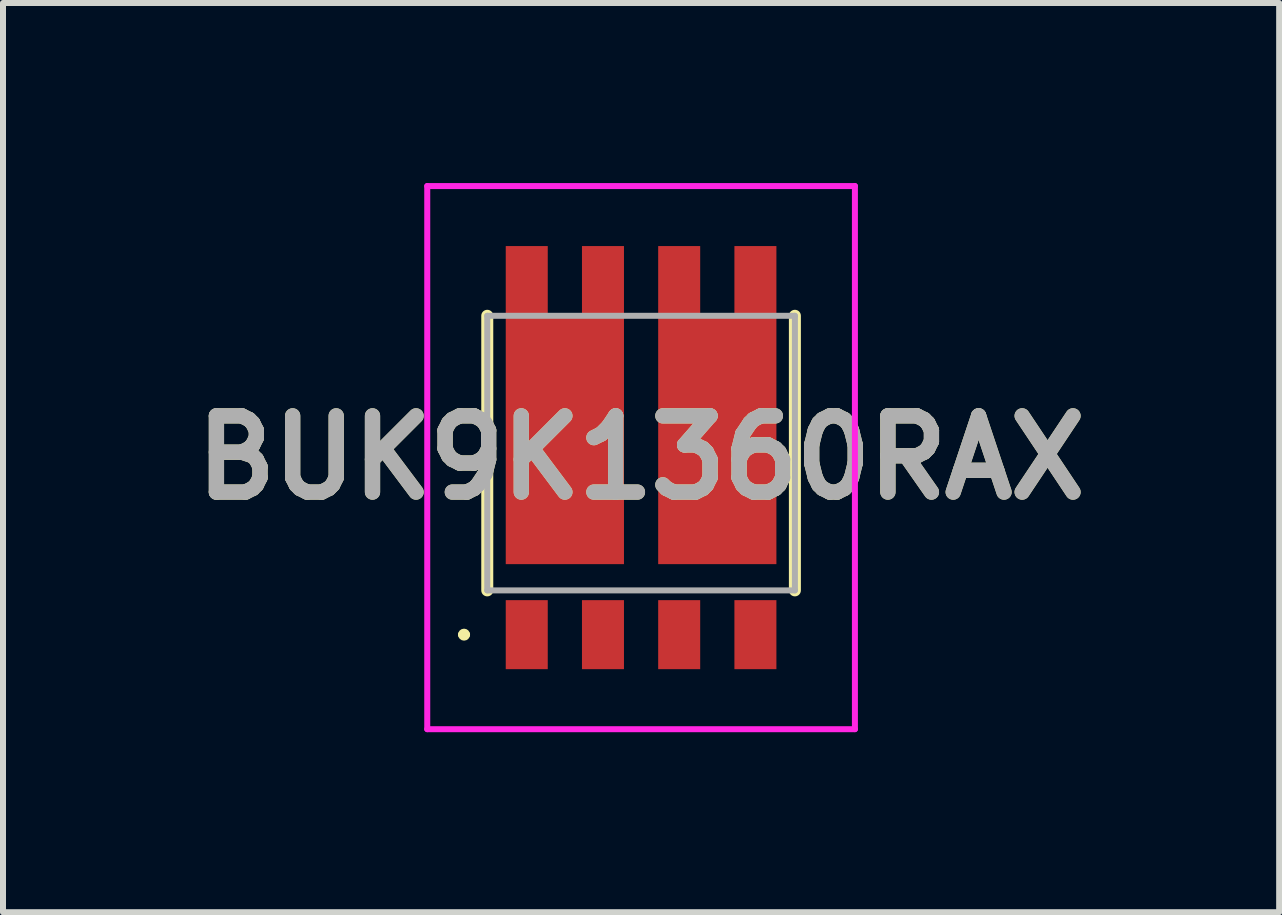
<source format=kicad_pcb>
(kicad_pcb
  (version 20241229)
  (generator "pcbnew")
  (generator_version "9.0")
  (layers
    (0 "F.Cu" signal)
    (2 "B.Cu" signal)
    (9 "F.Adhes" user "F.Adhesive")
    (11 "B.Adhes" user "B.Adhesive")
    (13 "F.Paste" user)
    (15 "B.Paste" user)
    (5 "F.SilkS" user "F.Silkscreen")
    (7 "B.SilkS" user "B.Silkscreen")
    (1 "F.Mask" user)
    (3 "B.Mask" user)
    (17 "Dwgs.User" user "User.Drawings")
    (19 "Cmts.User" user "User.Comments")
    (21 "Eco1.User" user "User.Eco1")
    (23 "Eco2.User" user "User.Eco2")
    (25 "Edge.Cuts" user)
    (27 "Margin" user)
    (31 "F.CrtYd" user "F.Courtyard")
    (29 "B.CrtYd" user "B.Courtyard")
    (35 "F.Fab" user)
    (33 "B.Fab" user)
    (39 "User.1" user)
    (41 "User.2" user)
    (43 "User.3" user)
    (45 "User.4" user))
  (footprint "BUK9K1360RAX"
    (layer "F.Cu")
    (at 7.632 4.499)
    (property "Reference" "BUK9K1360RAX" (at 0 0.076 0) (layer "F.SilkS") (effects (font (size 1.27 1.27) (thickness 0.254))))
    (attr smd)
    (fp_line (start -3 3.026) (end -3 3.026) (stroke (width 0.1) (type solid)) (layer "F.SilkS"))
    (fp_line (start -2.9 3.026) (end -2.9 3.026) (stroke (width 0.1) (type solid)) (layer "F.SilkS"))
    (fp_line (start -2.563 -2.287) (end -2.563 2.288) (stroke (width 0.2) (type solid)) (layer "F.SilkS"))
    (fp_line (start 2.563 2.288) (end 2.563 -2.287) (stroke (width 0.2) (type solid)) (layer "F.SilkS"))
    (fp_arc (start -3 3.026) (mid -2.95 2.976) (end -2.9 3.026) (stroke (width 0.1) (type solid)) (layer "F.SilkS"))
    (fp_arc (start -2.9 3.026) (mid -2.95 3.076) (end -3 3.026) (stroke (width 0.1) (type solid)) (layer "F.SilkS"))
    (fp_line (start -3.563 -4.449) (end 3.563 -4.449) (stroke (width 0.1) (type solid)) (layer "F.CrtYd"))
    (fp_line (start -3.563 4.601) (end -3.563 -4.449) (stroke (width 0.1) (type solid)) (layer "F.CrtYd"))
    (fp_line (start 3.563 -4.449) (end 3.563 4.601) (stroke (width 0.1) (type solid)) (layer "F.CrtYd"))
    (fp_line (start 3.563 4.601) (end -3.563 4.601) (stroke (width 0.1) (type solid)) (layer "F.CrtYd"))
    (fp_line (start -2.563 -2.287) (end -2.563 2.288) (stroke (width 0.1) (type solid)) (layer "F.Fab"))
    (fp_line (start -2.563 2.288) (end 2.563 2.288) (stroke (width 0.1) (type solid)) (layer "F.Fab"))
    (fp_line (start 2.563 -2.287) (end -2.563 -2.287) (stroke (width 0.1) (type solid)) (layer "F.Fab"))
    (fp_line (start 2.563 2.288) (end 2.563 -2.287) (stroke (width 0.1) (type solid)) (layer "F.Fab"))
    (fp_text user "${REFERENCE}" (at 0 0.076 0) (layer "F.Fab") (effects (font (size 1.27 1.27) (thickness 0.254))))
    (pad "1" smd rect (at -1.905 3.026) (size 0.7 1.15) (layers "F.Cu" "F.Mask" "F.Paste"))
    (pad "2" smd rect (at -0.635 3.026) (size 0.7 1.15) (layers "F.Cu" "F.Mask" "F.Paste"))
    (pad "3" smd rect (at 0.635 3.026) (size 0.7 1.15) (layers "F.Cu" "F.Mask" "F.Paste"))
    (pad "4" smd rect (at 1.905 3.026) (size 0.7 1.15) (layers "F.Cu" "F.Mask" "F.Paste"))
    (pad "5" smd rect (at 1.905 -2.849) (size 0.7 1.2) (layers "F.Cu" "F.Mask" "F.Paste"))
    (pad "6" smd rect (at 0.635 -2.849) (size 0.7 1.2) (layers "F.Cu" "F.Mask" "F.Paste"))
    (pad "7" smd rect (at -0.635 -2.849) (size 0.7 1.2) (layers "F.Cu" "F.Mask" "F.Paste"))
    (pad "8" smd rect (at -1.905 -2.849) (size 0.7 1.2) (layers "F.Cu" "F.Mask" "F.Paste"))
    (pad "9" smd rect (at 1.27 -0.199) (size 1.97 4.1) (layers "F.Cu" "F.Mask" "F.Paste"))
    (pad "10" smd rect (at -1.27 -0.199) (size 1.97 4.1) (layers "F.Cu" "F.Mask" "F.Paste")))
  (gr_rect
    (start -3 -3)
    (end 18.264 12.15)
    (stroke (width 0.1) (type default))
    (fill no)
    (layer "Edge.Cuts")))
</source>
